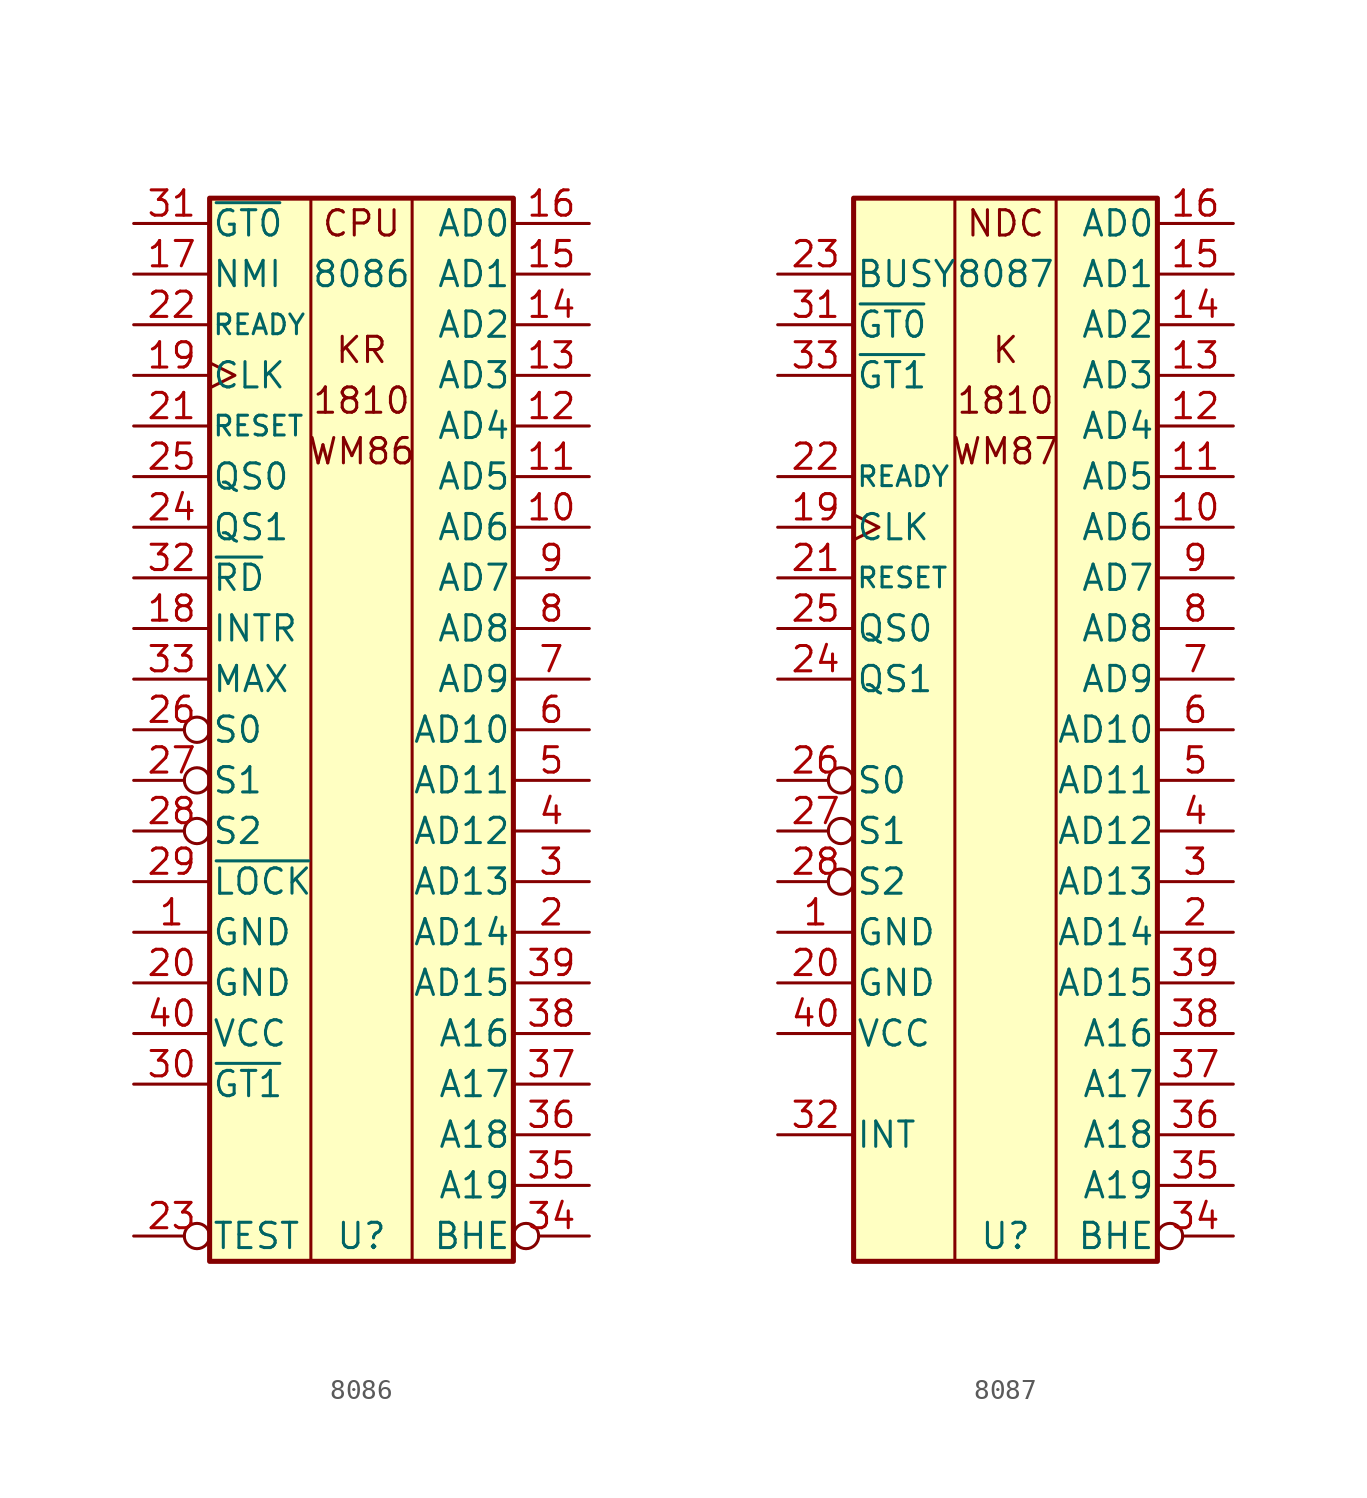
<source format=kicad_sym>
(kicad_symbol_lib
  (version 20241209)
  (generator "kicad_symbol_editor")
  (generator_version "9.0")
  (symbol "8086"
    (pin_names
      (offset 0.102))
    (property "Reference" "U"
      (at 0 -25.4 0)
      (effects (font (size 1.27 1.27))))
    (property "Value" "8086"
      (at 0 22.86 0)
      (effects (font (size 1.27 1.27))))
    (symbol "8086_0_0"
      (rectangle (start -2.54 26.67) (end -2.54 -26.67) (stroke (width 0) (type default)) (fill (type none)))
      (rectangle (start 2.54 26.67) (end 2.54 -26.67) (stroke (width 0) (type default)) (fill (type none)))
      (text "KR" (at 0 19.05 0) (effects (font (size 1.27 1.27))))
      (text "1810" (at 0 16.51 0) (effects (font (size 1.27 1.27))))
      (text "WM86" (at 0 13.97 0) (effects (font (size 1.27 1.27)))))
    (symbol "8086_0_1"
      (rectangle (start 7.62 -26.67) (end -7.62 26.67) (stroke (width 0.254) (type default)) (fill (type background))))
    (symbol "8086_1_0"
      (text "CPU" (at 0 25.4 0) (effects (font (size 1.27 1.27)))))
    (symbol "8086_1_1"
      (pin bidirectional line (at -11.43 25.4 0) (length 3.81) (name "~{GT0}" (effects (font (size 1.27 1.27)))) (number "31" (effects (font (size 1.27 1.27)))))
      (pin input line (at -11.43 22.86 0) (length 3.81) (name "NMI" (effects (font (size 1.27 1.27)))) (number "17" (effects (font (size 1.27 1.27)))))
      (pin input line (at -11.43 20.32 0) (length 3.81) (name "READY" (effects (font (size 0.991 0.991)))) (number "22" (effects (font (size 1.27 1.27)))))
      (pin input clock (at -11.43 17.78 0) (length 3.81) (name "CLK" (effects (font (size 1.27 1.27)))) (number "19" (effects (font (size 1.27 1.27)))))
      (pin input line (at -11.43 15.24 0) (length 3.81) (name "RESET" (effects (font (size 0.991 0.991)))) (number "21" (effects (font (size 1.27 1.27)))))
      (pin output line (at -11.43 12.7 0) (length 3.81) (name "QS0" (effects (font (size 1.27 1.27)))) (number "25" (effects (font (size 1.27 1.27)))))
      (pin output line (at -11.43 10.16 0) (length 3.81) (name "QS1" (effects (font (size 1.27 1.27)))) (number "24" (effects (font (size 1.27 1.27)))))
      (pin output line (at -11.43 7.62 0) (length 3.81) (name "~{RD}" (effects (font (size 1.27 1.27)))) (number "32" (effects (font (size 1.27 1.27)))))
      (pin input line (at -11.43 5.08 0) (length 3.81) (name "INTR" (effects (font (size 1.27 1.27)))) (number "18" (effects (font (size 1.27 1.27)))))
      (pin input line (at -11.43 2.54 0) (length 3.81) (name "MAX" (effects (font (size 1.27 1.27)))) (number "33" (effects (font (size 1.27 1.27)))))
      (pin output inverted (at -11.43 0 0) (length 3.81) (name "S0" (effects (font (size 1.27 1.27)))) (number "26" (effects (font (size 1.27 1.27)))))
      (pin output inverted (at -11.43 -2.54 0) (length 3.81) (name "S1" (effects (font (size 1.27 1.27)))) (number "27" (effects (font (size 1.27 1.27)))))
      (pin output inverted (at -11.43 -5.08 0) (length 3.81) (name "S2" (effects (font (size 1.27 1.27)))) (number "28" (effects (font (size 1.27 1.27)))))
      (pin output line (at -11.43 -7.62 0) (length 3.81) (name "~{LOCK}" (effects (font (size 1.27 1.27)))) (number "29" (effects (font (size 1.27 1.27)))))
      (pin power_in line (at -11.43 -10.16 0) (length 3.81) (name "GND" (effects (font (size 1.27 1.27)))) (number "1" (effects (font (size 1.27 1.27)))))
      (pin power_in line (at -11.43 -12.7 0) (length 3.81) (name "GND" (effects (font (size 1.27 1.27)))) (number "20" (effects (font (size 1.27 1.27)))))
      (pin power_in line (at -11.43 -15.24 0) (length 3.81) (name "VCC" (effects (font (size 1.27 1.27)))) (number "40" (effects (font (size 1.27 1.27)))))
      (pin bidirectional line (at -11.43 -17.78 0) (length 3.81) (name "~{GT1}" (effects (font (size 1.27 1.27)))) (number "30" (effects (font (size 1.27 1.27)))))
      (pin input inverted (at -11.43 -25.4 0) (length 3.81) (name "TEST" (effects (font (size 1.27 1.27)))) (number "23" (effects (font (size 1.27 1.27)))))
      (pin bidirectional line (at 11.43 25.4 180) (length 3.81) (name "AD0" (effects (font (size 1.27 1.27)))) (number "16" (effects (font (size 1.27 1.27)))))
      (pin bidirectional line (at 11.43 22.86 180) (length 3.81) (name "AD1" (effects (font (size 1.27 1.27)))) (number "15" (effects (font (size 1.27 1.27)))))
      (pin bidirectional line (at 11.43 20.32 180) (length 3.81) (name "AD2" (effects (font (size 1.27 1.27)))) (number "14" (effects (font (size 1.27 1.27)))))
      (pin bidirectional line (at 11.43 17.78 180) (length 3.81) (name "AD3" (effects (font (size 1.27 1.27)))) (number "13" (effects (font (size 1.27 1.27)))))
      (pin bidirectional line (at 11.43 15.24 180) (length 3.81) (name "AD4" (effects (font (size 1.27 1.27)))) (number "12" (effects (font (size 1.27 1.27)))))
      (pin bidirectional line (at 11.43 12.7 180) (length 3.81) (name "AD5" (effects (font (size 1.27 1.27)))) (number "11" (effects (font (size 1.27 1.27)))))
      (pin bidirectional line (at 11.43 10.16 180) (length 3.81) (name "AD6" (effects (font (size 1.27 1.27)))) (number "10" (effects (font (size 1.27 1.27)))))
      (pin bidirectional line (at 11.43 7.62 180) (length 3.81) (name "AD7" (effects (font (size 1.27 1.27)))) (number "9" (effects (font (size 1.27 1.27)))))
      (pin bidirectional line (at 11.43 5.08 180) (length 3.81) (name "AD8" (effects (font (size 1.27 1.27)))) (number "8" (effects (font (size 1.27 1.27)))))
      (pin bidirectional line (at 11.43 2.54 180) (length 3.81) (name "AD9" (effects (font (size 1.27 1.27)))) (number "7" (effects (font (size 1.27 1.27)))))
      (pin bidirectional line (at 11.43 0 180) (length 3.81) (name "AD10" (effects (font (size 1.27 1.27)))) (number "6" (effects (font (size 1.27 1.27)))))
      (pin bidirectional line (at 11.43 -2.54 180) (length 3.81) (name "AD11" (effects (font (size 1.27 1.27)))) (number "5" (effects (font (size 1.27 1.27)))))
      (pin bidirectional line (at 11.43 -5.08 180) (length 3.81) (name "AD12" (effects (font (size 1.27 1.27)))) (number "4" (effects (font (size 1.27 1.27)))))
      (pin bidirectional line (at 11.43 -7.62 180) (length 3.81) (name "AD13" (effects (font (size 1.27 1.27)))) (number "3" (effects (font (size 1.27 1.27)))))
      (pin bidirectional line (at 11.43 -10.16 180) (length 3.81) (name "AD14" (effects (font (size 1.27 1.27)))) (number "2" (effects (font (size 1.27 1.27)))))
      (pin bidirectional line (at 11.43 -12.7 180) (length 3.81) (name "AD15" (effects (font (size 1.27 1.27)))) (number "39" (effects (font (size 1.27 1.27)))))
      (pin output line (at 11.43 -15.24 180) (length 3.81) (name "A16" (effects (font (size 1.27 1.27)))) (number "38" (effects (font (size 1.27 1.27)))))
      (pin output line (at 11.43 -17.78 180) (length 3.81) (name "A17" (effects (font (size 1.27 1.27)))) (number "37" (effects (font (size 1.27 1.27)))))
      (pin output line (at 11.43 -20.32 180) (length 3.81) (name "A18" (effects (font (size 1.27 1.27)))) (number "36" (effects (font (size 1.27 1.27)))))
      (pin output line (at 11.43 -22.86 180) (length 3.81) (name "A19" (effects (font (size 1.27 1.27)))) (number "35" (effects (font (size 1.27 1.27)))))
      (pin output inverted (at 11.43 -25.4 180) (length 3.81) (name "BHE" (effects (font (size 1.27 1.27)))) (number "34" (effects (font (size 1.27 1.27)))))))
  (symbol "8087"
    (pin_names
      (offset 0.102))
    (property "Reference" "U"
      (at 0 -25.4 0)
      (effects (font (size 1.27 1.27))))
    (property "Value" "8087"
      (at 0 22.86 0)
      (effects (font (size 1.27 1.27))))
    (symbol "8087_0_0"
      (text "NDC" (at 0 25.4 0) (effects (font (size 1.27 1.27))))
      (text "K" (at 0 19.05 0) (effects (font (size 1.27 1.27))))
      (text "1810" (at 0 16.51 0) (effects (font (size 1.27 1.27))))
      (text "WM87" (at 0 13.97 0) (effects (font (size 1.27 1.27)))))
    (symbol "8087_0_1"
      (rectangle (start -2.54 26.67) (end -2.54 -26.67) (stroke (width 0) (type default)) (fill (type none)))
      (rectangle (start 2.54 26.67) (end 2.54 -26.67) (stroke (width 0) (type default)) (fill (type none)))
      (rectangle (start 7.62 -26.67) (end -7.62 26.67) (stroke (width 0.254) (type default)) (fill (type background))))
    (symbol "8087_1_1"
      (pin output line (at -11.43 22.86 0) (length 3.81) (name "BUSY" (effects (font (size 1.27 1.27)))) (number "23" (effects (font (size 1.27 1.27)))))
      (pin bidirectional line (at -11.43 20.32 0) (length 3.81) (name "~{GT0}" (effects (font (size 1.27 1.27)))) (number "31" (effects (font (size 1.27 1.27)))))
      (pin bidirectional line (at -11.43 17.78 0) (length 3.81) (name "~{GT1}" (effects (font (size 1.27 1.27)))) (number "33" (effects (font (size 1.27 1.27)))))
      (pin no_connect line (at -11.43 15.24 0) (length 3.81) (hide yes) (name "NC" (effects (font (size 1.27 1.27)))) (number "17" (effects (font (size 1.27 1.27)))))
      (pin input line (at -11.43 12.7 0) (length 3.81) (name "READY" (effects (font (size 0.991 0.991)))) (number "22" (effects (font (size 1.27 1.27)))))
      (pin input clock (at -11.43 10.16 0) (length 3.81) (name "CLK" (effects (font (size 1.27 1.27)))) (number "19" (effects (font (size 1.27 1.27)))))
      (pin input line (at -11.43 7.62 0) (length 3.81) (name "RESET" (effects (font (size 0.991 0.991)))) (number "21" (effects (font (size 1.27 1.27)))))
      (pin input line (at -11.43 5.08 0) (length 3.81) (name "QS0" (effects (font (size 1.27 1.27)))) (number "25" (effects (font (size 1.27 1.27)))))
      (pin input line (at -11.43 2.54 0) (length 3.81) (name "QS1" (effects (font (size 1.27 1.27)))) (number "24" (effects (font (size 1.27 1.27)))))
      (pin no_connect line (at -11.43 0 0) (length 3.81) (hide yes) (name "NC" (effects (font (size 1.27 1.27)))) (number "18" (effects (font (size 1.27 1.27)))))
      (pin bidirectional inverted (at -11.43 -2.54 0) (length 3.81) (name "S0" (effects (font (size 1.27 1.27)))) (number "26" (effects (font (size 1.27 1.27)))))
      (pin bidirectional inverted (at -11.43 -5.08 0) (length 3.81) (name "S1" (effects (font (size 1.27 1.27)))) (number "27" (effects (font (size 1.27 1.27)))))
      (pin bidirectional inverted (at -11.43 -7.62 0) (length 3.81) (name "S2" (effects (font (size 1.27 1.27)))) (number "28" (effects (font (size 1.27 1.27)))))
      (pin power_in line (at -11.43 -10.16 0) (length 3.81) (name "GND" (effects (font (size 1.27 1.27)))) (number "1" (effects (font (size 1.27 1.27)))))
      (pin power_in line (at -11.43 -12.7 0) (length 3.81) (name "GND" (effects (font (size 1.27 1.27)))) (number "20" (effects (font (size 1.27 1.27)))))
      (pin power_in line (at -11.43 -15.24 0) (length 3.81) (name "VCC" (effects (font (size 1.27 1.27)))) (number "40" (effects (font (size 1.27 1.27)))))
      (pin no_connect line (at -11.43 -17.78 0) (length 3.81) (hide yes) (name "NC" (effects (font (size 1.27 1.27)))) (number "29" (effects (font (size 1.27 1.27)))))
      (pin output line (at -11.43 -20.32 0) (length 3.81) (name "INT" (effects (font (size 1.27 1.27)))) (number "32" (effects (font (size 1.27 1.27)))))
      (pin no_connect line (at -11.43 -22.86 0) (length 3.81) (hide yes) (name "NC" (effects (font (size 1.27 1.27)))) (number "30" (effects (font (size 1.27 1.27)))))
      (pin bidirectional line (at 11.43 25.4 180) (length 3.81) (name "AD0" (effects (font (size 1.27 1.27)))) (number "16" (effects (font (size 1.27 1.27)))))
      (pin bidirectional line (at 11.43 22.86 180) (length 3.81) (name "AD1" (effects (font (size 1.27 1.27)))) (number "15" (effects (font (size 1.27 1.27)))))
      (pin bidirectional line (at 11.43 20.32 180) (length 3.81) (name "AD2" (effects (font (size 1.27 1.27)))) (number "14" (effects (font (size 1.27 1.27)))))
      (pin bidirectional line (at 11.43 17.78 180) (length 3.81) (name "AD3" (effects (font (size 1.27 1.27)))) (number "13" (effects (font (size 1.27 1.27)))))
      (pin bidirectional line (at 11.43 15.24 180) (length 3.81) (name "AD4" (effects (font (size 1.27 1.27)))) (number "12" (effects (font (size 1.27 1.27)))))
      (pin bidirectional line (at 11.43 12.7 180) (length 3.81) (name "AD5" (effects (font (size 1.27 1.27)))) (number "11" (effects (font (size 1.27 1.27)))))
      (pin bidirectional line (at 11.43 10.16 180) (length 3.81) (name "AD6" (effects (font (size 1.27 1.27)))) (number "10" (effects (font (size 1.27 1.27)))))
      (pin bidirectional line (at 11.43 7.62 180) (length 3.81) (name "AD7" (effects (font (size 1.27 1.27)))) (number "9" (effects (font (size 1.27 1.27)))))
      (pin bidirectional line (at 11.43 5.08 180) (length 3.81) (name "AD8" (effects (font (size 1.27 1.27)))) (number "8" (effects (font (size 1.27 1.27)))))
      (pin bidirectional line (at 11.43 2.54 180) (length 3.81) (name "AD9" (effects (font (size 1.27 1.27)))) (number "7" (effects (font (size 1.27 1.27)))))
      (pin bidirectional line (at 11.43 0 180) (length 3.81) (name "AD10" (effects (font (size 1.27 1.27)))) (number "6" (effects (font (size 1.27 1.27)))))
      (pin bidirectional line (at 11.43 -2.54 180) (length 3.81) (name "AD11" (effects (font (size 1.27 1.27)))) (number "5" (effects (font (size 1.27 1.27)))))
      (pin bidirectional line (at 11.43 -5.08 180) (length 3.81) (name "AD12" (effects (font (size 1.27 1.27)))) (number "4" (effects (font (size 1.27 1.27)))))
      (pin bidirectional line (at 11.43 -7.62 180) (length 3.81) (name "AD13" (effects (font (size 1.27 1.27)))) (number "3" (effects (font (size 1.27 1.27)))))
      (pin bidirectional line (at 11.43 -10.16 180) (length 3.81) (name "AD14" (effects (font (size 1.27 1.27)))) (number "2" (effects (font (size 1.27 1.27)))))
      (pin bidirectional line (at 11.43 -12.7 180) (length 3.81) (name "AD15" (effects (font (size 1.27 1.27)))) (number "39" (effects (font (size 1.27 1.27)))))
      (pin bidirectional line (at 11.43 -15.24 180) (length 3.81) (name "A16" (effects (font (size 1.27 1.27)))) (number "38" (effects (font (size 1.27 1.27)))))
      (pin bidirectional line (at 11.43 -17.78 180) (length 3.81) (name "A17" (effects (font (size 1.27 1.27)))) (number "37" (effects (font (size 1.27 1.27)))))
      (pin bidirectional line (at 11.43 -20.32 180) (length 3.81) (name "A18" (effects (font (size 1.27 1.27)))) (number "36" (effects (font (size 1.27 1.27)))))
      (pin bidirectional line (at 11.43 -22.86 180) (length 3.81) (name "A19" (effects (font (size 1.27 1.27)))) (number "35" (effects (font (size 1.27 1.27)))))
      (pin bidirectional inverted (at 11.43 -25.4 180) (length 3.81) (name "BHE" (effects (font (size 1.27 1.27)))) (number "34" (effects (font (size 1.27 1.27))))))))
</source>
